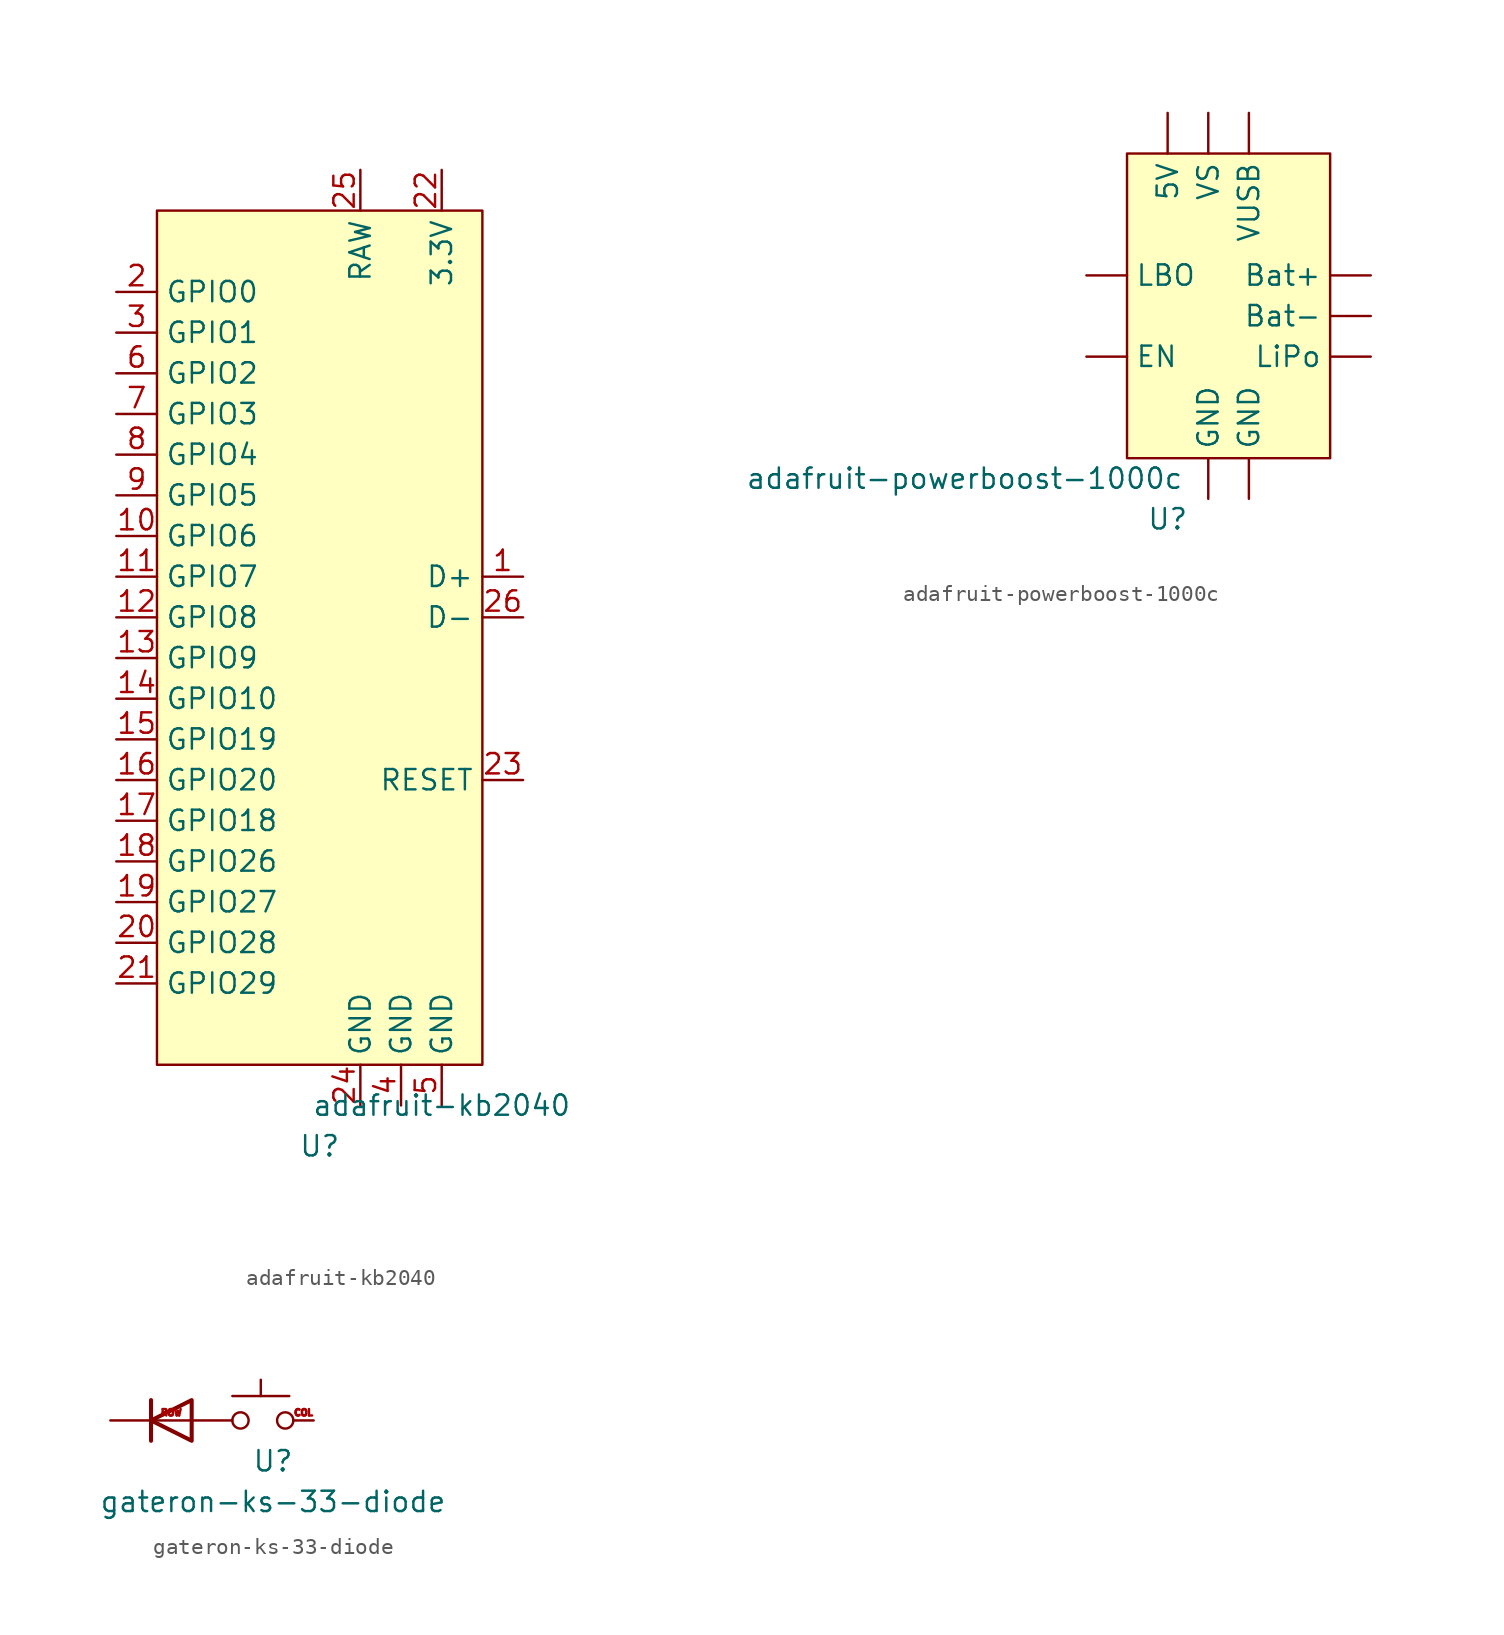
<source format=kicad_sym>
(kicad_symbol_lib
  (version 20220914)
  (generator kicad_symbol_editor)
  (symbol "adafruit-kb2040"
    (property "Reference" "U"
      (at 12.7 -60.96 0)
      (effects (font (size 1.27 1.27))))
    (property "Value" "adafruit-kb2040"
      (at 20.32 -58.42 0)
      (effects (font (size 1.27 1.27))))
    (symbol "adafruit-kb2040_1_1"
      (rectangle (start 2.54 -2.54) (end 22.86 -55.88) (stroke (width 0) (type default)) (fill (type background)))
      (pin bidirectional line (at 25.4 -25.4 180) (length 2.54) (name "D+" (effects (font (size 1.27 1.27)))) (number "1" (effects (font (size 1.27 1.27)))))
      (pin bidirectional line (at 0 -22.86 0) (length 2.54) (name "GPIO6" (effects (font (size 1.27 1.27)))) (number "10" (effects (font (size 1.27 1.27)))))
      (pin bidirectional line (at 0 -25.4 0) (length 2.54) (name "GPIO7" (effects (font (size 1.27 1.27)))) (number "11" (effects (font (size 1.27 1.27)))))
      (pin bidirectional line (at 0 -27.94 0) (length 2.54) (name "GPIO8" (effects (font (size 1.27 1.27)))) (number "12" (effects (font (size 1.27 1.27)))))
      (pin bidirectional line (at 0 -30.48 0) (length 2.54) (name "GPIO9" (effects (font (size 1.27 1.27)))) (number "13" (effects (font (size 1.27 1.27)))))
      (pin bidirectional line (at 0 -33.02 0) (length 2.54) (name "GPIO10" (effects (font (size 1.27 1.27)))) (number "14" (effects (font (size 1.27 1.27)))))
      (pin bidirectional line (at 0 -35.56 0) (length 2.54) (name "GPIO19" (effects (font (size 1.27 1.27)))) (number "15" (effects (font (size 1.27 1.27)))))
      (pin bidirectional line (at 0 -38.1 0) (length 2.54) (name "GPIO20" (effects (font (size 1.27 1.27)))) (number "16" (effects (font (size 1.27 1.27)))))
      (pin bidirectional line (at 0 -40.64 0) (length 2.54) (name "GPIO18" (effects (font (size 1.27 1.27)))) (number "17" (effects (font (size 1.27 1.27)))))
      (pin bidirectional line (at 0 -43.18 0) (length 2.54) (name "GPIO26" (effects (font (size 1.27 1.27)))) (number "18" (effects (font (size 1.27 1.27)))))
      (pin bidirectional line (at 0 -45.72 0) (length 2.54) (name "GPIO27" (effects (font (size 1.27 1.27)))) (number "19" (effects (font (size 1.27 1.27)))))
      (pin bidirectional line (at 0 -7.62 0) (length 2.54) (name "GPIO0" (effects (font (size 1.27 1.27)))) (number "2" (effects (font (size 1.27 1.27)))))
      (pin bidirectional line (at 0 -48.26 0) (length 2.54) (name "GPIO28" (effects (font (size 1.27 1.27)))) (number "20" (effects (font (size 1.27 1.27)))))
      (pin bidirectional line (at 0 -50.8 0) (length 2.54) (name "GPIO29" (effects (font (size 1.27 1.27)))) (number "21" (effects (font (size 1.27 1.27)))))
      (pin power_in line (at 20.32 0 270) (length 2.54) (name "3.3V" (effects (font (size 1.27 1.27)))) (number "22" (effects (font (size 1.27 1.27)))))
      (pin bidirectional line (at 25.4 -38.1 180) (length 2.54) (name "RESET" (effects (font (size 1.27 1.27)))) (number "23" (effects (font (size 1.27 1.27)))))
      (pin power_in line (at 15.24 -58.42 90) (length 2.54) (name "GND" (effects (font (size 1.27 1.27)))) (number "24" (effects (font (size 1.27 1.27)))))
      (pin power_out line (at 15.24 0 270) (length 2.54) (name "RAW" (effects (font (size 1.27 1.27)))) (number "25" (effects (font (size 1.27 1.27)))))
      (pin bidirectional line (at 25.4 -27.94 180) (length 2.54) (name "D-" (effects (font (size 1.27 1.27)))) (number "26" (effects (font (size 1.27 1.27)))))
      (pin bidirectional line (at 0 -10.16 0) (length 2.54) (name "GPIO1" (effects (font (size 1.27 1.27)))) (number "3" (effects (font (size 1.27 1.27)))))
      (pin power_in line (at 17.78 -58.42 90) (length 2.54) (name "GND" (effects (font (size 1.27 1.27)))) (number "4" (effects (font (size 1.27 1.27)))))
      (pin power_in line (at 20.32 -58.42 90) (length 2.54) (name "GND" (effects (font (size 1.27 1.27)))) (number "5" (effects (font (size 1.27 1.27)))))
      (pin bidirectional line (at 0 -12.7 0) (length 2.54) (name "GPIO2" (effects (font (size 1.27 1.27)))) (number "6" (effects (font (size 1.27 1.27)))))
      (pin bidirectional line (at 0 -15.24 0) (length 2.54) (name "GPIO3" (effects (font (size 1.27 1.27)))) (number "7" (effects (font (size 1.27 1.27)))))
      (pin bidirectional line (at 0 -17.78 0) (length 2.54) (name "GPIO4" (effects (font (size 1.27 1.27)))) (number "8" (effects (font (size 1.27 1.27)))))
      (pin bidirectional line (at 0 -20.32 0) (length 2.54) (name "GPIO5" (effects (font (size 1.27 1.27)))) (number "9" (effects (font (size 1.27 1.27)))))))
  (symbol "adafruit-powerboost-1000c"
    (property "Reference" "U"
      (at 5.08 -25.4 0)
      (effects (font (size 1.27 1.27))))
    (property "Value" "adafruit-powerboost-1000c"
      (at -7.62 -22.86 0)
      (effects (font (size 1.27 1.27))))
    (symbol "adafruit-powerboost-1000c_1_0"
      (rectangle (start 2.54 -2.54) (end 15.24 -21.59) (stroke (width 0) (type default)) (fill (type background))))
    (symbol "adafruit-powerboost-1000c_1_1"
      (pin power_out line (at 5.08 0 270) (length 2.54) (name "5V" (effects (font (size 1.27 1.27)))) (number "" (effects (font (size 1.27 1.27)))))
      (pin power_out line (at 17.78 -10.16 180) (length 2.54) (name "Bat+" (effects (font (size 1.27 1.27)))) (number "" (effects (font (size 1.27 1.27)))))
      (pin power_out line (at 17.78 -12.7 180) (length 2.54) (name "Bat-" (effects (font (size 1.27 1.27)))) (number "" (effects (font (size 1.27 1.27)))))
      (pin input line (at 0 -15.24 0) (length 2.54) (name "EN" (effects (font (size 1.27 1.27)))) (number "" (effects (font (size 1.27 1.27)))))
      (pin power_out line (at 7.62 -24.13 90) (length 2.54) (name "GND" (effects (font (size 1.27 1.27)))) (number "" (effects (font (size 1.27 1.27)))))
      (pin power_out line (at 10.16 -24.13 90) (length 2.54) (name "GND" (effects (font (size 1.27 1.27)))) (number "" (effects (font (size 1.27 1.27)))))
      (pin output line (at 0 -10.16 0) (length 2.54) (name "LBO" (effects (font (size 1.27 1.27)))) (number "" (effects (font (size 1.27 1.27)))))
      (pin power_out line (at 17.78 -15.24 180) (length 2.54) (name "LiPo" (effects (font (size 1.27 1.27)))) (number "" (effects (font (size 1.27 1.27)))))
      (pin power_out line (at 7.62 0 270) (length 2.54) (name "VS" (effects (font (size 1.27 1.27)))) (number "" (effects (font (size 1.27 1.27)))))
      (pin power_in line (at 10.16 0 270) (length 2.54) (name "VUSB" (effects (font (size 1.27 1.27)))) (number "" (effects (font (size 1.27 1.27)))))))
  (symbol "gateron-ks-33-diode"
    (property "Reference" "U"
      (at 0 0 0)
      (effects (font (size 1.27 1.27))))
    (property "Value" "gateron-ks-33-diode"
      (at 0 -2.54 0)
      (effects (font (size 1.27 1.27))))
    (symbol "gateron-ks-33-diode_0_0"
      (circle (center -2.032 2.54) (radius 0.508) (stroke (width 0) (type default)) (fill (type none)))
      (circle (center 0.762 2.54) (radius 0.508) (stroke (width 0) (type default)) (fill (type none))))
    (symbol "gateron-ks-33-diode_0_1"
      (polyline (pts (xy -7.62 3.81) (xy -7.62 1.27)) (stroke (width 0.254) (type default)) (fill (type none)))
      (polyline (pts (xy -2.54 4.064) (xy 1.016 4.064)) (stroke (width 0) (type default)) (fill (type none)))
      (polyline (pts (xy -0.762 4.064) (xy -0.762 5.08)) (stroke (width 0) (type default)) (fill (type none)))
      (polyline (pts (xy -5.08 3.81) (xy -5.08 1.27) (xy -7.62 2.54) (xy -5.08 3.81)) (stroke (width 0.254) (type default)) (fill (type none))))
    (symbol "gateron-ks-33-diode_1_1"
      (pin passive line (at 2.54 2.54 180) (length 1.27) (name "" (effects (font (size 1.27 1.27)))) (number "COL" (effects (font (size 0.4 0.4)))))
      (pin passive line (at -10.16 2.54 0) (length 7.62) (name "" (effects (font (size 0.4 0.4)))) (number "ROW" (effects (font (size 0.4 0.4))))))))
</source>
